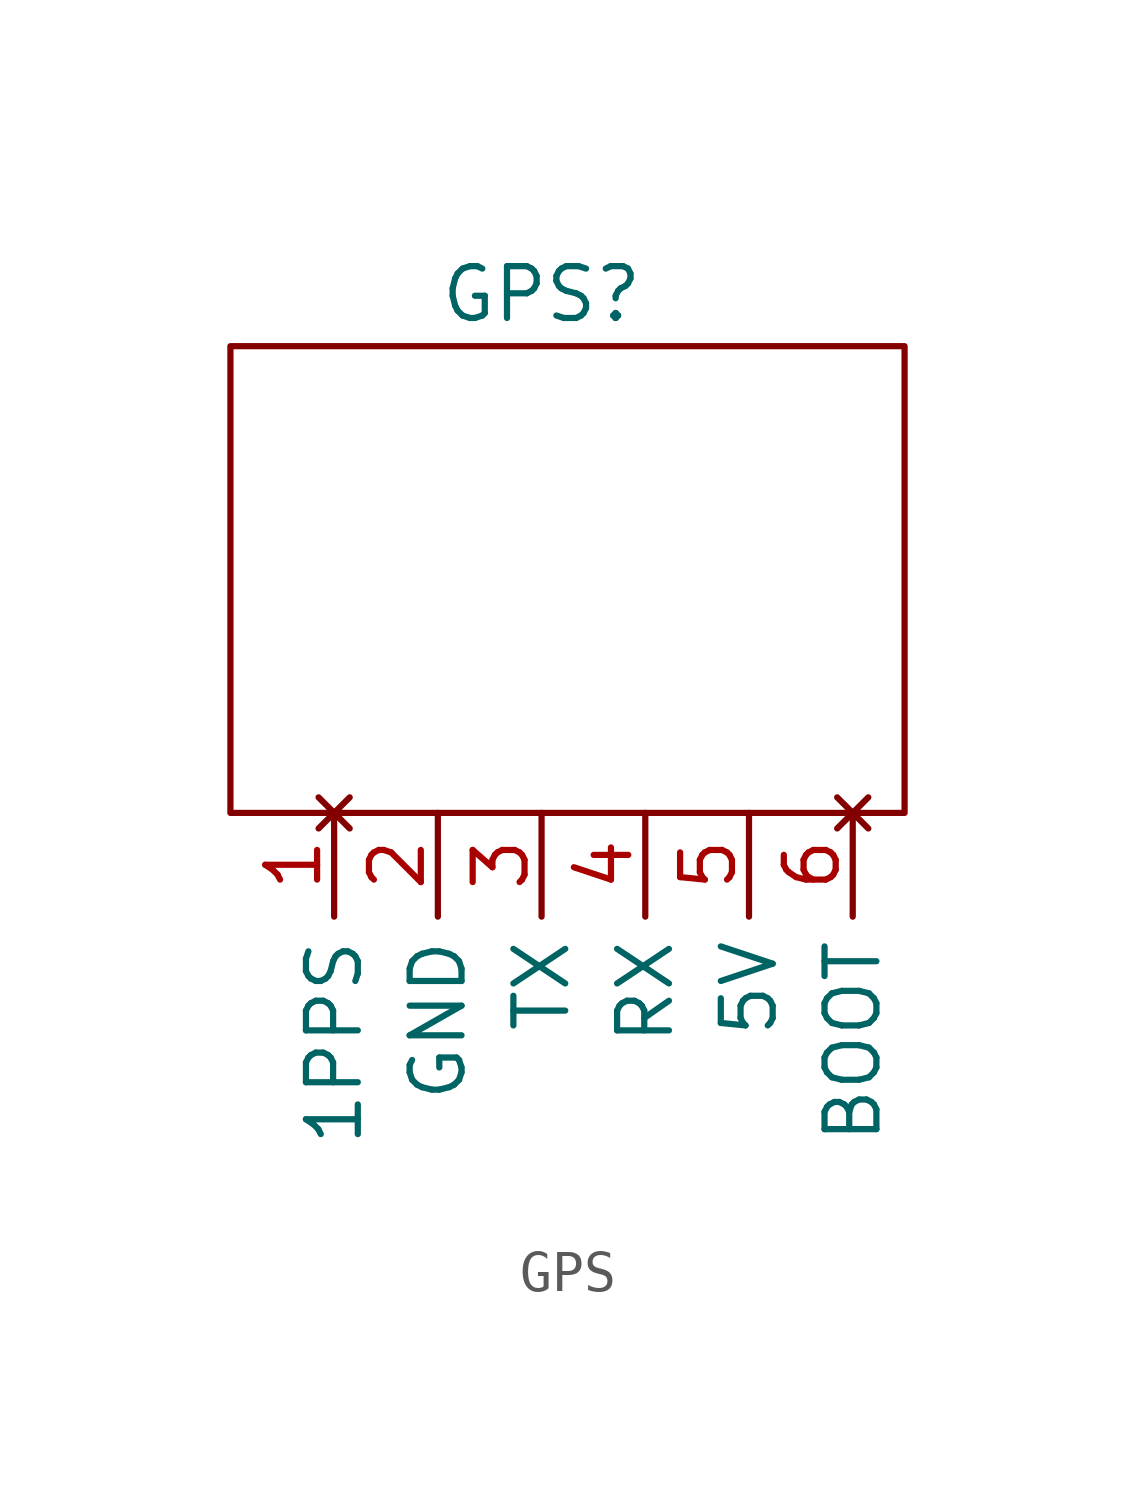
<source format=kicad_sym>
(kicad_symbol_lib
  (version 20220914)
  (generator kicad_symbol_editor)
  (symbol "GPS"
    (property "Reference" "GPS"
      (at 0 0 0)
      (effects (font (size 1.27 1.27))))
    (property "Value" ""
      (at 0 0 0)
      (effects (font (size 1.27 1.27))))
    (symbol "GPS_0_1"
      (rectangle (start -7.62 -1.27) (end 8.89 -12.7) (stroke (width 0) (type default)) (fill (type none))))
    (symbol "GPS_1_1"
      (pin no_connect line (at -5.08 -12.7 270) (length 2.54) (name "1PPS" (effects (font (size 1.27 1.27)))) (number "1" (effects (font (size 1.27 1.27)))))
      (pin input line (at -2.54 -12.7 270) (length 2.54) (name "GND" (effects (font (size 1.27 1.27)))) (number "2" (effects (font (size 1.27 1.27)))))
      (pin output line (at 0 -12.7 270) (length 2.54) (name "TX" (effects (font (size 1.27 1.27)))) (number "3" (effects (font (size 1.27 1.27)))))
      (pin input line (at 2.54 -12.7 270) (length 2.54) (name "RX" (effects (font (size 1.27 1.27)))) (number "4" (effects (font (size 1.27 1.27)))))
      (pin power_in line (at 5.08 -12.7 270) (length 2.54) (name "5V" (effects (font (size 1.27 1.27)))) (number "5" (effects (font (size 1.27 1.27)))))
      (pin no_connect line (at 7.62 -12.7 270) (length 2.54) (name "BOOT" (effects (font (size 1.27 1.27)))) (number "6" (effects (font (size 1.27 1.27))))))))
</source>
